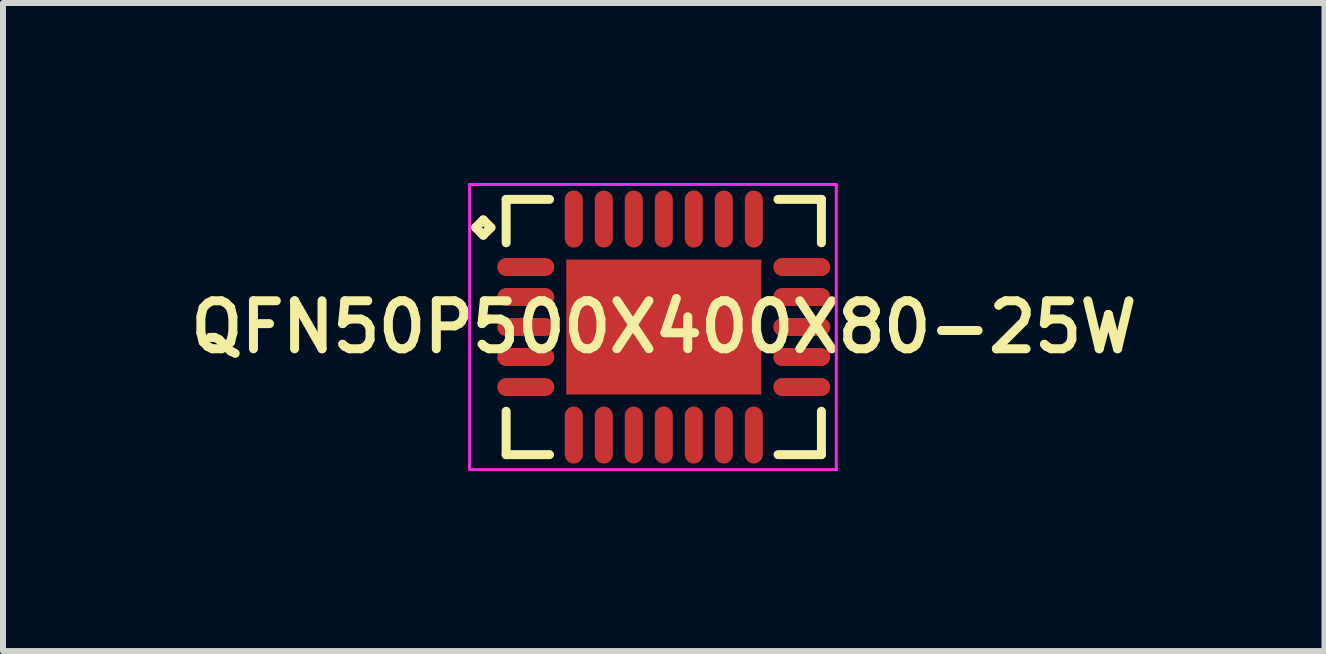
<source format=kicad_pcb>
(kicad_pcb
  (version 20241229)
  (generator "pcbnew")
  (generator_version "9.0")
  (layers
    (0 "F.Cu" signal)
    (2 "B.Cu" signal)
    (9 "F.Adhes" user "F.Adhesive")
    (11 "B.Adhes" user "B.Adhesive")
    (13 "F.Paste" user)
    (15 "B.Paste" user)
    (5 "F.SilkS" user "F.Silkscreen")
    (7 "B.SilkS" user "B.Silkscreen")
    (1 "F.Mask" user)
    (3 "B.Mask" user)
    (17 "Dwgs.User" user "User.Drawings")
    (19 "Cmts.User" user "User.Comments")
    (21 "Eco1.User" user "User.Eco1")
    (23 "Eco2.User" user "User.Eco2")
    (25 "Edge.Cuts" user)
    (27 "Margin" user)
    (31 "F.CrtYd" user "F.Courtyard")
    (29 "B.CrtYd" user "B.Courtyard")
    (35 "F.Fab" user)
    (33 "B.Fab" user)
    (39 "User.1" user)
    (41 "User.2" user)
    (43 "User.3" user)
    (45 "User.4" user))
  (footprint "QFN50P500X400X80-25W"
    (layer "F.Cu")
    (at 8.012 2.4)
    (property "Reference" "QFN50P500X400X80-25W" (at 0 0 0) (layer "F.SilkS") (effects (font (size 0.8 0.8) (thickness 0.15))))
    (attr smd)
    (fp_line (start -3.135 -1.658) (end -3.008 -1.785) (stroke (width 0.15) (type solid)) (layer "F.SilkS"))
    (fp_line (start -3.008 -1.785) (end -2.881 -1.658) (stroke (width 0.15) (type solid)) (layer "F.SilkS"))
    (fp_line (start -3.008 -1.531) (end -3.135 -1.658) (stroke (width 0.15) (type solid)) (layer "F.SilkS"))
    (fp_line (start -2.881 -1.658) (end -3.008 -1.531) (stroke (width 0.15) (type solid)) (layer "F.SilkS"))
    (fp_line (start -2.627 -2.127) (end -1.904 -2.127) (stroke (width 0.15) (type solid)) (layer "F.SilkS"))
    (fp_line (start -2.627 -1.404) (end -2.627 -2.127) (stroke (width 0.15) (type solid)) (layer "F.SilkS"))
    (fp_line (start -2.627 1.404) (end -2.627 2.127) (stroke (width 0.15) (type solid)) (layer "F.SilkS"))
    (fp_line (start -2.627 2.127) (end -1.904 2.127) (stroke (width 0.15) (type solid)) (layer "F.SilkS"))
    (fp_line (start 1.904 -2.127) (end 2.627 -2.127) (stroke (width 0.15) (type solid)) (layer "F.SilkS"))
    (fp_line (start 1.904 2.127) (end 2.627 2.127) (stroke (width 0.15) (type solid)) (layer "F.SilkS"))
    (fp_line (start 2.627 -2.127) (end 2.627 -1.404) (stroke (width 0.15) (type solid)) (layer "F.SilkS"))
    (fp_line (start 2.627 2.127) (end 2.627 1.404) (stroke (width 0.15) (type solid)) (layer "F.SilkS"))
    (fp_line (start -3.235 -2.375) (end 2.875 -2.375) (stroke (width 0.05) (type solid)) (layer "F.CrtYd"))
    (fp_line (start -3.235 2.375) (end -3.235 -2.375) (stroke (width 0.05) (type solid)) (layer "F.CrtYd"))
    (fp_line (start 2.875 -2.375) (end 2.875 2.375) (stroke (width 0.05) (type solid)) (layer "F.CrtYd"))
    (fp_line (start 2.875 2.375) (end -3.235 2.375) (stroke (width 0.05) (type solid)) (layer "F.CrtYd"))
    (pad "1" smd oval (at -2.3 -1) (size 0.95 0.3) (layers "F.Cu" "F.Mask" "F.Paste"))
    (pad "2" smd oval (at -2.3 -0.5) (size 0.95 0.3) (layers "F.Cu" "F.Mask" "F.Paste"))
    (pad "3" smd oval (at -2.3 0) (size 0.95 0.3) (layers "F.Cu" "F.Mask" "F.Paste"))
    (pad "4" smd oval (at -2.3 0.5) (size 0.95 0.3) (layers "F.Cu" "F.Mask" "F.Paste"))
    (pad "5" smd oval (at -2.3 1) (size 0.95 0.3) (layers "F.Cu" "F.Mask" "F.Paste"))
    (pad "6" smd oval (at -1.5 1.8) (size 0.3 0.95) (layers "F.Cu" "F.Mask" "F.Paste"))
    (pad "7" smd oval (at -1 1.8) (size 0.3 0.95) (layers "F.Cu" "F.Mask" "F.Paste"))
    (pad "8" smd oval (at -0.5 1.8) (size 0.3 0.95) (layers "F.Cu" "F.Mask" "F.Paste"))
    (pad "9" smd oval (at 0 1.8) (size 0.3 0.95) (layers "F.Cu" "F.Mask" "F.Paste"))
    (pad "10" smd oval (at 0.5 1.8) (size 0.3 0.95) (layers "F.Cu" "F.Mask" "F.Paste"))
    (pad "11" smd oval (at 1 1.8) (size 0.3 0.95) (layers "F.Cu" "F.Mask" "F.Paste"))
    (pad "12" smd oval (at 1.5 1.8) (size 0.3 0.95) (layers "F.Cu" "F.Mask" "F.Paste"))
    (pad "13" smd oval (at 2.3 1) (size 0.95 0.3) (layers "F.Cu" "F.Mask" "F.Paste"))
    (pad "14" smd oval (at 2.3 0.5) (size 0.95 0.3) (layers "F.Cu" "F.Mask" "F.Paste"))
    (pad "15" smd oval (at 2.3 0) (size 0.95 0.3) (layers "F.Cu" "F.Mask" "F.Paste"))
    (pad "16" smd oval (at 2.3 -0.5) (size 0.95 0.3) (layers "F.Cu" "F.Mask" "F.Paste"))
    (pad "17" smd oval (at 2.3 -1) (size 0.95 0.3) (layers "F.Cu" "F.Mask" "F.Paste"))
    (pad "18" smd oval (at 1.5 -1.8) (size 0.3 0.95) (layers "F.Cu" "F.Mask" "F.Paste"))
    (pad "19" smd oval (at 1 -1.8) (size 0.3 0.95) (layers "F.Cu" "F.Mask" "F.Paste"))
    (pad "20" smd oval (at 0.5 -1.8) (size 0.3 0.95) (layers "F.Cu" "F.Mask" "F.Paste"))
    (pad "21" smd oval (at 0 -1.8) (size 0.3 0.95) (layers "F.Cu" "F.Mask" "F.Paste"))
    (pad "22" smd oval (at -0.5 -1.8) (size 0.3 0.95) (layers "F.Cu" "F.Mask" "F.Paste"))
    (pad "23" smd oval (at -1 -1.8) (size 0.3 0.95) (layers "F.Cu" "F.Mask" "F.Paste"))
    (pad "24" smd oval (at -1.5 -1.8) (size 0.3 0.95) (layers "F.Cu" "F.Mask" "F.Paste"))
    (pad "25" smd rect (at 0 0) (size 3.25 2.25) (layers "F.Cu" "F.Mask" "F.Paste")))
  (gr_rect
    (start -3 -3)
    (end 19.023 7.8)
    (stroke (width 0.1) (type default))
    (fill no)
    (layer "Edge.Cuts")))
</source>
